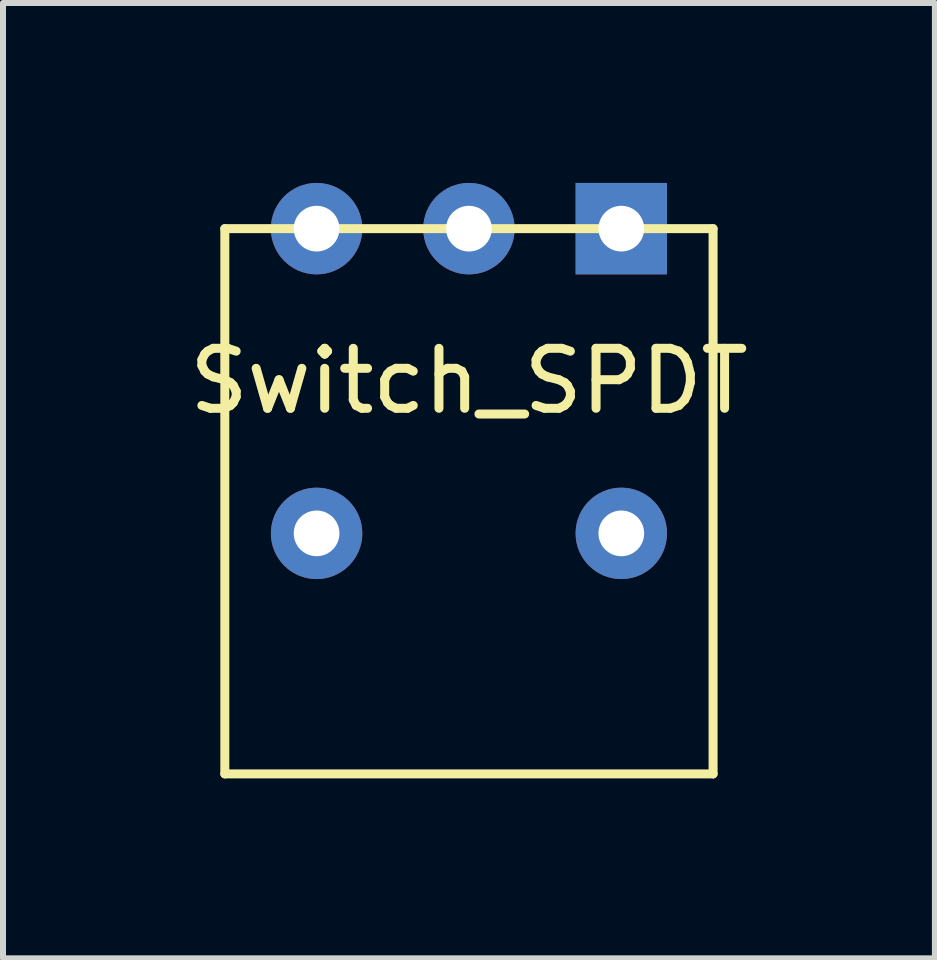
<source format=kicad_pcb>
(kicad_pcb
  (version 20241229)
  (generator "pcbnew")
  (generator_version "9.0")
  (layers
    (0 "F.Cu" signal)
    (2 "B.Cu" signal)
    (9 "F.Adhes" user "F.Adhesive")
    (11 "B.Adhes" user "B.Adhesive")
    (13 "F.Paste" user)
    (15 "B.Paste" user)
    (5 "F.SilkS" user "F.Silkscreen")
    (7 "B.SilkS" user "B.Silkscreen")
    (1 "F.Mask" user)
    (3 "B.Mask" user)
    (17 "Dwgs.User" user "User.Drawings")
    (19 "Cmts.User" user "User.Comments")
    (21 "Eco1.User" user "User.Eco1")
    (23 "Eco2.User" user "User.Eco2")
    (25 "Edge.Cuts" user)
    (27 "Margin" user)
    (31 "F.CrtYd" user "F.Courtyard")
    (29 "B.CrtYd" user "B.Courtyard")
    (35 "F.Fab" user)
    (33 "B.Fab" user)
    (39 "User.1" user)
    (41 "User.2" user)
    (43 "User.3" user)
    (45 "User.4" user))
  (footprint "Switch_SPDT"
    (layer "F.Cu")
    (at 4.768 0.762)
    (property "Reference" "Switch_SPDT" (at 0 2.54 0) (layer "F.SilkS") (effects (font (size 1 1) (thickness 0.15))))
    (attr through_hole)
    (fp_line (start -4.07 0) (end -4.07 9.09) (stroke (width 0.15) (type solid)) (layer "F.SilkS"))
    (fp_line (start -4.07 0) (end 4.07 0) (stroke (width 0.15) (type solid)) (layer "F.SilkS"))
    (fp_line (start -4.07 9.09) (end 4.07 9.09) (stroke (width 0.15) (type solid)) (layer "F.SilkS"))
    (fp_line (start 4.07 0) (end 4.07 9.09) (stroke (width 0.15) (type solid)) (layer "F.SilkS"))
    (pad "1" thru_hole rect (at 2.54 0) (size 1.524 1.524) (drill 0.762) (layers "*.Cu" "*.Mask"))
    (pad "2" thru_hole circle (at 0 0) (size 1.524 1.524) (drill 0.762) (layers "*.Cu" "*.Mask"))
    (pad "3" thru_hole circle (at -2.54 0) (size 1.524 1.524) (drill 0.762) (layers "*.Cu" "*.Mask"))
    (pad "4" thru_hole circle (at -2.54 5.08) (size 1.524 1.524) (drill 0.762) (layers "*.Cu" "*.Mask"))
    (pad "4" thru_hole circle (at 2.54 5.08) (size 1.524 1.524) (drill 0.762) (layers "*.Cu" "*.Mask")))
  (gr_rect
    (start -3 -3)
    (end 12.536 12.927)
    (stroke (width 0.1) (type default))
    (fill no)
    (layer "Edge.Cuts")))
</source>
